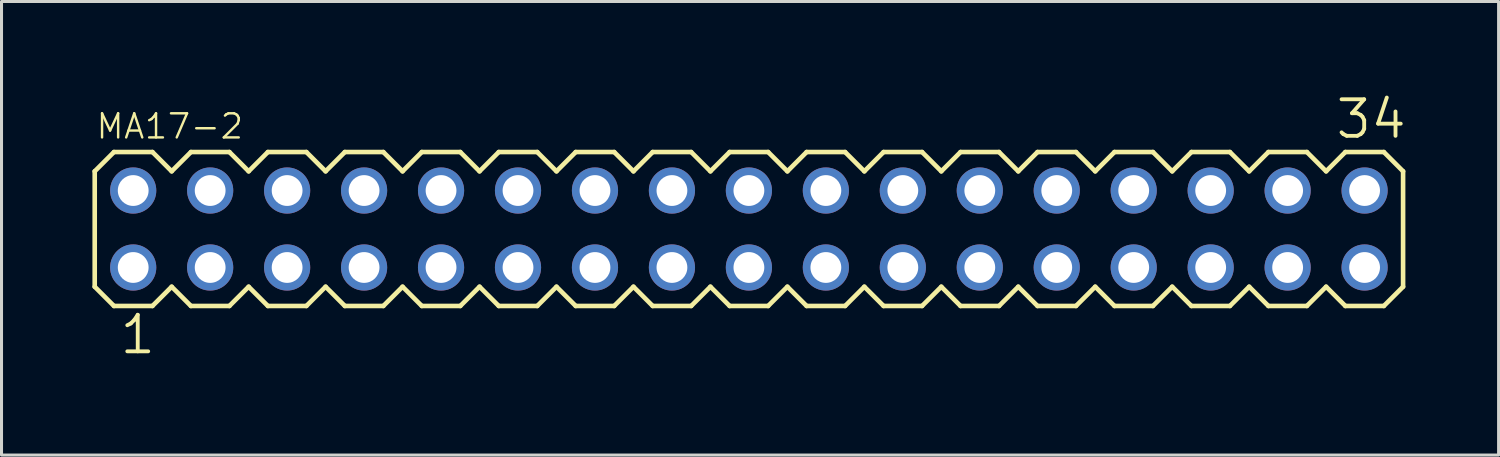
<source format=kicad_pcb>
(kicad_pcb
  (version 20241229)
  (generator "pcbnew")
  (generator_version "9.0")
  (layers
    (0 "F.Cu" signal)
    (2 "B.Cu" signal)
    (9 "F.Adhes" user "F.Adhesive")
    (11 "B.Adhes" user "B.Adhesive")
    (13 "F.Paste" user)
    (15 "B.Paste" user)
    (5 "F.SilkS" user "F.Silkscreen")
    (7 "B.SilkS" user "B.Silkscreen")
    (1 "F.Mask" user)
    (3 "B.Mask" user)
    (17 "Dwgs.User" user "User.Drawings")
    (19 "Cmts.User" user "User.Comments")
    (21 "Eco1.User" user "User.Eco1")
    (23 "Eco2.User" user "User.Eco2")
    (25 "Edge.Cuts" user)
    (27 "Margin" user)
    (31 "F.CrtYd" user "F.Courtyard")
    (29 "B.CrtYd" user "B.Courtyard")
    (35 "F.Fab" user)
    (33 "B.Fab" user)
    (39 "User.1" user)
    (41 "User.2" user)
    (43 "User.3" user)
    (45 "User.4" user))
  (footprint "MA17-2"
    (layer "F.Cu")
    (at 21.666 4.508)
    (property "Reference" "MA17-2" (at -21.59 -2.921 0) (layer "F.SilkS") (effects (font (size 0.796 0.796) (thickness 0.08)) (justify left bottom)))
    (attr through_hole)
    (fp_line (start -21.59 -1.905) (end -21.59 1.905) (stroke (width 0.152) (type solid)) (layer "F.SilkS"))
    (fp_line (start -21.59 1.905) (end -20.955 2.54) (stroke (width 0.152) (type solid)) (layer "F.SilkS"))
    (fp_line (start -20.955 -2.54) (end -21.59 -1.905) (stroke (width 0.152) (type solid)) (layer "F.SilkS"))
    (fp_line (start -20.955 -2.54) (end -19.685 -2.54) (stroke (width 0.152) (type solid)) (layer "F.SilkS"))
    (fp_line (start -19.685 -2.54) (end -19.05 -1.905) (stroke (width 0.152) (type solid)) (layer "F.SilkS"))
    (fp_line (start -19.685 2.54) (end -20.955 2.54) (stroke (width 0.152) (type solid)) (layer "F.SilkS"))
    (fp_line (start -19.05 -1.905) (end -18.415 -2.54) (stroke (width 0.152) (type solid)) (layer "F.SilkS"))
    (fp_line (start -19.05 1.905) (end -19.685 2.54) (stroke (width 0.152) (type solid)) (layer "F.SilkS"))
    (fp_line (start -18.415 -2.54) (end -17.145 -2.54) (stroke (width 0.152) (type solid)) (layer "F.SilkS"))
    (fp_line (start -18.415 2.54) (end -19.05 1.905) (stroke (width 0.152) (type solid)) (layer "F.SilkS"))
    (fp_line (start -17.145 -2.54) (end -16.51 -1.905) (stroke (width 0.152) (type solid)) (layer "F.SilkS"))
    (fp_line (start -17.145 2.54) (end -18.415 2.54) (stroke (width 0.152) (type solid)) (layer "F.SilkS"))
    (fp_line (start -16.51 -1.905) (end -15.875 -2.54) (stroke (width 0.152) (type solid)) (layer "F.SilkS"))
    (fp_line (start -16.51 1.905) (end -17.145 2.54) (stroke (width 0.152) (type solid)) (layer "F.SilkS"))
    (fp_line (start -15.875 -2.54) (end -14.605 -2.54) (stroke (width 0.152) (type solid)) (layer "F.SilkS"))
    (fp_line (start -15.875 2.54) (end -16.51 1.905) (stroke (width 0.152) (type solid)) (layer "F.SilkS"))
    (fp_line (start -14.605 -2.54) (end -13.97 -1.905) (stroke (width 0.152) (type solid)) (layer "F.SilkS"))
    (fp_line (start -14.605 2.54) (end -15.875 2.54) (stroke (width 0.152) (type solid)) (layer "F.SilkS"))
    (fp_line (start -13.97 1.905) (end -14.605 2.54) (stroke (width 0.152) (type solid)) (layer "F.SilkS"))
    (fp_line (start -13.97 1.905) (end -13.335 2.54) (stroke (width 0.152) (type solid)) (layer "F.SilkS"))
    (fp_line (start -13.335 -2.54) (end -13.97 -1.905) (stroke (width 0.152) (type solid)) (layer "F.SilkS"))
    (fp_line (start -13.335 -2.54) (end -12.065 -2.54) (stroke (width 0.152) (type solid)) (layer "F.SilkS"))
    (fp_line (start -12.065 -2.54) (end -11.43 -1.905) (stroke (width 0.152) (type solid)) (layer "F.SilkS"))
    (fp_line (start -12.065 2.54) (end -13.335 2.54) (stroke (width 0.152) (type solid)) (layer "F.SilkS"))
    (fp_line (start -11.43 -1.905) (end -10.795 -2.54) (stroke (width 0.152) (type solid)) (layer "F.SilkS"))
    (fp_line (start -11.43 1.905) (end -12.065 2.54) (stroke (width 0.152) (type solid)) (layer "F.SilkS"))
    (fp_line (start -10.795 -2.54) (end -9.525 -2.54) (stroke (width 0.152) (type solid)) (layer "F.SilkS"))
    (fp_line (start -10.795 2.54) (end -11.43 1.905) (stroke (width 0.152) (type solid)) (layer "F.SilkS"))
    (fp_line (start -9.525 -2.54) (end -8.89 -1.905) (stroke (width 0.152) (type solid)) (layer "F.SilkS"))
    (fp_line (start -9.525 2.54) (end -10.795 2.54) (stroke (width 0.152) (type solid)) (layer "F.SilkS"))
    (fp_line (start -8.89 -1.905) (end -8.255 -2.54) (stroke (width 0.152) (type solid)) (layer "F.SilkS"))
    (fp_line (start -8.89 1.905) (end -9.525 2.54) (stroke (width 0.152) (type solid)) (layer "F.SilkS"))
    (fp_line (start -8.255 -2.54) (end -6.985 -2.54) (stroke (width 0.152) (type solid)) (layer "F.SilkS"))
    (fp_line (start -8.255 2.54) (end -8.89 1.905) (stroke (width 0.152) (type solid)) (layer "F.SilkS"))
    (fp_line (start -6.985 -2.54) (end -6.35 -1.905) (stroke (width 0.152) (type solid)) (layer "F.SilkS"))
    (fp_line (start -6.985 2.54) (end -8.255 2.54) (stroke (width 0.152) (type solid)) (layer "F.SilkS"))
    (fp_line (start -6.35 -1.905) (end -5.715 -2.54) (stroke (width 0.152) (type solid)) (layer "F.SilkS"))
    (fp_line (start -6.35 1.905) (end -6.985 2.54) (stroke (width 0.152) (type solid)) (layer "F.SilkS"))
    (fp_line (start -5.715 -2.54) (end -4.445 -2.54) (stroke (width 0.152) (type solid)) (layer "F.SilkS"))
    (fp_line (start -5.715 2.54) (end -6.35 1.905) (stroke (width 0.152) (type solid)) (layer "F.SilkS"))
    (fp_line (start -4.445 -2.54) (end -3.81 -1.905) (stroke (width 0.152) (type solid)) (layer "F.SilkS"))
    (fp_line (start -4.445 2.54) (end -5.715 2.54) (stroke (width 0.152) (type solid)) (layer "F.SilkS"))
    (fp_line (start -3.81 1.905) (end -4.445 2.54) (stroke (width 0.152) (type solid)) (layer "F.SilkS"))
    (fp_line (start -3.81 1.905) (end -3.175 2.54) (stroke (width 0.152) (type solid)) (layer "F.SilkS"))
    (fp_line (start -3.175 -2.54) (end -3.81 -1.905) (stroke (width 0.152) (type solid)) (layer "F.SilkS"))
    (fp_line (start -3.175 -2.54) (end -1.905 -2.54) (stroke (width 0.152) (type solid)) (layer "F.SilkS"))
    (fp_line (start -1.905 -2.54) (end -1.27 -1.905) (stroke (width 0.152) (type solid)) (layer "F.SilkS"))
    (fp_line (start -1.905 2.54) (end -3.175 2.54) (stroke (width 0.152) (type solid)) (layer "F.SilkS"))
    (fp_line (start -1.27 -1.905) (end -0.635 -2.54) (stroke (width 0.152) (type solid)) (layer "F.SilkS"))
    (fp_line (start -1.27 1.905) (end -1.905 2.54) (stroke (width 0.152) (type solid)) (layer "F.SilkS"))
    (fp_line (start -0.635 -2.54) (end 0.635 -2.54) (stroke (width 0.152) (type solid)) (layer "F.SilkS"))
    (fp_line (start -0.635 2.54) (end -1.27 1.905) (stroke (width 0.152) (type solid)) (layer "F.SilkS"))
    (fp_line (start 0.635 -2.54) (end 1.27 -1.905) (stroke (width 0.152) (type solid)) (layer "F.SilkS"))
    (fp_line (start 0.635 2.54) (end -0.635 2.54) (stroke (width 0.152) (type solid)) (layer "F.SilkS"))
    (fp_line (start 1.27 -1.905) (end 1.905 -2.54) (stroke (width 0.152) (type solid)) (layer "F.SilkS"))
    (fp_line (start 1.27 1.905) (end 0.635 2.54) (stroke (width 0.152) (type solid)) (layer "F.SilkS"))
    (fp_line (start 1.905 -2.54) (end 3.175 -2.54) (stroke (width 0.152) (type solid)) (layer "F.SilkS"))
    (fp_line (start 1.905 2.54) (end 1.27 1.905) (stroke (width 0.152) (type solid)) (layer "F.SilkS"))
    (fp_line (start 3.175 -2.54) (end 3.81 -1.905) (stroke (width 0.152) (type solid)) (layer "F.SilkS"))
    (fp_line (start 3.175 2.54) (end 1.905 2.54) (stroke (width 0.152) (type solid)) (layer "F.SilkS"))
    (fp_line (start 3.81 1.905) (end 3.175 2.54) (stroke (width 0.152) (type solid)) (layer "F.SilkS"))
    (fp_line (start 3.81 1.905) (end 4.445 2.54) (stroke (width 0.152) (type solid)) (layer "F.SilkS"))
    (fp_line (start 4.445 -2.54) (end 3.81 -1.905) (stroke (width 0.152) (type solid)) (layer "F.SilkS"))
    (fp_line (start 4.445 -2.54) (end 5.715 -2.54) (stroke (width 0.152) (type solid)) (layer "F.SilkS"))
    (fp_line (start 5.715 -2.54) (end 6.35 -1.905) (stroke (width 0.152) (type solid)) (layer "F.SilkS"))
    (fp_line (start 5.715 2.54) (end 4.445 2.54) (stroke (width 0.152) (type solid)) (layer "F.SilkS"))
    (fp_line (start 6.35 -1.905) (end 6.985 -2.54) (stroke (width 0.152) (type solid)) (layer "F.SilkS"))
    (fp_line (start 6.35 1.905) (end 5.715 2.54) (stroke (width 0.152) (type solid)) (layer "F.SilkS"))
    (fp_line (start 6.985 -2.54) (end 8.255 -2.54) (stroke (width 0.152) (type solid)) (layer "F.SilkS"))
    (fp_line (start 6.985 2.54) (end 6.35 1.905) (stroke (width 0.152) (type solid)) (layer "F.SilkS"))
    (fp_line (start 8.255 -2.54) (end 8.89 -1.905) (stroke (width 0.152) (type solid)) (layer "F.SilkS"))
    (fp_line (start 8.255 2.54) (end 6.985 2.54) (stroke (width 0.152) (type solid)) (layer "F.SilkS"))
    (fp_line (start 8.89 -1.905) (end 9.525 -2.54) (stroke (width 0.152) (type solid)) (layer "F.SilkS"))
    (fp_line (start 8.89 1.905) (end 8.255 2.54) (stroke (width 0.152) (type solid)) (layer "F.SilkS"))
    (fp_line (start 9.525 -2.54) (end 10.795 -2.54) (stroke (width 0.152) (type solid)) (layer "F.SilkS"))
    (fp_line (start 9.525 2.54) (end 8.89 1.905) (stroke (width 0.152) (type solid)) (layer "F.SilkS"))
    (fp_line (start 10.795 -2.54) (end 11.43 -1.905) (stroke (width 0.152) (type solid)) (layer "F.SilkS"))
    (fp_line (start 10.795 2.54) (end 9.525 2.54) (stroke (width 0.152) (type solid)) (layer "F.SilkS"))
    (fp_line (start 11.43 -1.905) (end 12.065 -2.54) (stroke (width 0.152) (type solid)) (layer "F.SilkS"))
    (fp_line (start 11.43 1.905) (end 10.795 2.54) (stroke (width 0.152) (type solid)) (layer "F.SilkS"))
    (fp_line (start 12.065 -2.54) (end 13.335 -2.54) (stroke (width 0.152) (type solid)) (layer "F.SilkS"))
    (fp_line (start 12.065 2.54) (end 11.43 1.905) (stroke (width 0.152) (type solid)) (layer "F.SilkS"))
    (fp_line (start 13.335 -2.54) (end 13.97 -1.905) (stroke (width 0.152) (type solid)) (layer "F.SilkS"))
    (fp_line (start 13.335 2.54) (end 12.065 2.54) (stroke (width 0.152) (type solid)) (layer "F.SilkS"))
    (fp_line (start 13.97 1.905) (end 13.335 2.54) (stroke (width 0.152) (type solid)) (layer "F.SilkS"))
    (fp_line (start 13.97 1.905) (end 14.605 2.54) (stroke (width 0.152) (type solid)) (layer "F.SilkS"))
    (fp_line (start 14.605 -2.54) (end 13.97 -1.905) (stroke (width 0.152) (type solid)) (layer "F.SilkS"))
    (fp_line (start 14.605 -2.54) (end 15.875 -2.54) (stroke (width 0.152) (type solid)) (layer "F.SilkS"))
    (fp_line (start 15.875 -2.54) (end 16.51 -1.905) (stroke (width 0.152) (type solid)) (layer "F.SilkS"))
    (fp_line (start 15.875 2.54) (end 14.605 2.54) (stroke (width 0.152) (type solid)) (layer "F.SilkS"))
    (fp_line (start 16.51 -1.905) (end 17.145 -2.54) (stroke (width 0.152) (type solid)) (layer "F.SilkS"))
    (fp_line (start 16.51 1.905) (end 15.875 2.54) (stroke (width 0.152) (type solid)) (layer "F.SilkS"))
    (fp_line (start 17.145 -2.54) (end 18.415 -2.54) (stroke (width 0.152) (type solid)) (layer "F.SilkS"))
    (fp_line (start 17.145 2.54) (end 16.51 1.905) (stroke (width 0.152) (type solid)) (layer "F.SilkS"))
    (fp_line (start 18.415 -2.54) (end 19.05 -1.905) (stroke (width 0.152) (type solid)) (layer "F.SilkS"))
    (fp_line (start 18.415 2.54) (end 17.145 2.54) (stroke (width 0.152) (type solid)) (layer "F.SilkS"))
    (fp_line (start 19.05 -1.905) (end 19.685 -2.54) (stroke (width 0.152) (type solid)) (layer "F.SilkS"))
    (fp_line (start 19.05 1.905) (end 18.415 2.54) (stroke (width 0.152) (type solid)) (layer "F.SilkS"))
    (fp_line (start 19.685 -2.54) (end 20.955 -2.54) (stroke (width 0.152) (type solid)) (layer "F.SilkS"))
    (fp_line (start 19.685 2.54) (end 19.05 1.905) (stroke (width 0.152) (type solid)) (layer "F.SilkS"))
    (fp_line (start 20.955 -2.54) (end 21.59 -1.905) (stroke (width 0.152) (type solid)) (layer "F.SilkS"))
    (fp_line (start 20.955 2.54) (end 19.685 2.54) (stroke (width 0.152) (type solid)) (layer "F.SilkS"))
    (fp_line (start 21.59 -1.905) (end 21.59 1.905) (stroke (width 0.152) (type solid)) (layer "F.SilkS"))
    (fp_line (start 21.59 1.905) (end 20.955 2.54) (stroke (width 0.152) (type solid)) (layer "F.SilkS"))
    (fp_poly (pts (xy -20.574 -1.016) (xy -20.066 -1.016) (xy -20.066 -1.524) (xy -20.574 -1.524)) (stroke (width 0.1) (type solid)) (fill no) (layer "Dwgs.User"))
    (fp_poly (pts (xy -20.574 1.524) (xy -20.066 1.524) (xy -20.066 1.016) (xy -20.574 1.016)) (stroke (width 0.1) (type solid)) (fill no) (layer "Dwgs.User"))
    (fp_poly (pts (xy -18.034 -1.016) (xy -17.526 -1.016) (xy -17.526 -1.524) (xy -18.034 -1.524)) (stroke (width 0.1) (type solid)) (fill no) (layer "Dwgs.User"))
    (fp_poly (pts (xy -18.034 1.524) (xy -17.526 1.524) (xy -17.526 1.016) (xy -18.034 1.016)) (stroke (width 0.1) (type solid)) (fill no) (layer "Dwgs.User"))
    (fp_poly (pts (xy -15.494 -1.016) (xy -14.986 -1.016) (xy -14.986 -1.524) (xy -15.494 -1.524)) (stroke (width 0.1) (type solid)) (fill no) (layer "Dwgs.User"))
    (fp_poly (pts (xy -15.494 1.524) (xy -14.986 1.524) (xy -14.986 1.016) (xy -15.494 1.016)) (stroke (width 0.1) (type solid)) (fill no) (layer "Dwgs.User"))
    (fp_poly (pts (xy -12.954 -1.016) (xy -12.446 -1.016) (xy -12.446 -1.524) (xy -12.954 -1.524)) (stroke (width 0.1) (type solid)) (fill no) (layer "Dwgs.User"))
    (fp_poly (pts (xy -12.954 1.524) (xy -12.446 1.524) (xy -12.446 1.016) (xy -12.954 1.016)) (stroke (width 0.1) (type solid)) (fill no) (layer "Dwgs.User"))
    (fp_poly (pts (xy -10.414 -1.016) (xy -9.906 -1.016) (xy -9.906 -1.524) (xy -10.414 -1.524)) (stroke (width 0.1) (type solid)) (fill no) (layer "Dwgs.User"))
    (fp_poly (pts (xy -10.414 1.524) (xy -9.906 1.524) (xy -9.906 1.016) (xy -10.414 1.016)) (stroke (width 0.1) (type solid)) (fill no) (layer "Dwgs.User"))
    (fp_poly (pts (xy -7.874 -1.016) (xy -7.366 -1.016) (xy -7.366 -1.524) (xy -7.874 -1.524)) (stroke (width 0.1) (type solid)) (fill no) (layer "Dwgs.User"))
    (fp_poly (pts (xy -7.874 1.524) (xy -7.366 1.524) (xy -7.366 1.016) (xy -7.874 1.016)) (stroke (width 0.1) (type solid)) (fill no) (layer "Dwgs.User"))
    (fp_poly (pts (xy -5.334 -1.016) (xy -4.826 -1.016) (xy -4.826 -1.524) (xy -5.334 -1.524)) (stroke (width 0.1) (type solid)) (fill no) (layer "Dwgs.User"))
    (fp_poly (pts (xy -5.334 1.524) (xy -4.826 1.524) (xy -4.826 1.016) (xy -5.334 1.016)) (stroke (width 0.1) (type solid)) (fill no) (layer "Dwgs.User"))
    (fp_poly (pts (xy -2.794 -1.016) (xy -2.286 -1.016) (xy -2.286 -1.524) (xy -2.794 -1.524)) (stroke (width 0.1) (type solid)) (fill no) (layer "Dwgs.User"))
    (fp_poly (pts (xy -2.794 1.524) (xy -2.286 1.524) (xy -2.286 1.016) (xy -2.794 1.016)) (stroke (width 0.1) (type solid)) (fill no) (layer "Dwgs.User"))
    (fp_poly (pts (xy -0.254 -1.016) (xy 0.254 -1.016) (xy 0.254 -1.524) (xy -0.254 -1.524)) (stroke (width 0.1) (type solid)) (fill no) (layer "Dwgs.User"))
    (fp_poly (pts (xy -0.254 1.524) (xy 0.254 1.524) (xy 0.254 1.016) (xy -0.254 1.016)) (stroke (width 0.1) (type solid)) (fill no) (layer "Dwgs.User"))
    (fp_poly (pts (xy 2.286 -1.016) (xy 2.794 -1.016) (xy 2.794 -1.524) (xy 2.286 -1.524)) (stroke (width 0.1) (type solid)) (fill no) (layer "Dwgs.User"))
    (fp_poly (pts (xy 2.286 1.524) (xy 2.794 1.524) (xy 2.794 1.016) (xy 2.286 1.016)) (stroke (width 0.1) (type solid)) (fill no) (layer "Dwgs.User"))
    (fp_poly (pts (xy 4.826 -1.016) (xy 5.334 -1.016) (xy 5.334 -1.524) (xy 4.826 -1.524)) (stroke (width 0.1) (type solid)) (fill no) (layer "Dwgs.User"))
    (fp_poly (pts (xy 4.826 1.524) (xy 5.334 1.524) (xy 5.334 1.016) (xy 4.826 1.016)) (stroke (width 0.1) (type solid)) (fill no) (layer "Dwgs.User"))
    (fp_poly (pts (xy 7.366 -1.016) (xy 7.874 -1.016) (xy 7.874 -1.524) (xy 7.366 -1.524)) (stroke (width 0.1) (type solid)) (fill no) (layer "Dwgs.User"))
    (fp_poly (pts (xy 7.366 1.524) (xy 7.874 1.524) (xy 7.874 1.016) (xy 7.366 1.016)) (stroke (width 0.1) (type solid)) (fill no) (layer "Dwgs.User"))
    (fp_poly (pts (xy 9.906 -1.016) (xy 10.414 -1.016) (xy 10.414 -1.524) (xy 9.906 -1.524)) (stroke (width 0.1) (type solid)) (fill no) (layer "Dwgs.User"))
    (fp_poly (pts (xy 9.906 1.524) (xy 10.414 1.524) (xy 10.414 1.016) (xy 9.906 1.016)) (stroke (width 0.1) (type solid)) (fill no) (layer "Dwgs.User"))
    (fp_poly (pts (xy 12.446 -1.016) (xy 12.954 -1.016) (xy 12.954 -1.524) (xy 12.446 -1.524)) (stroke (width 0.1) (type solid)) (fill no) (layer "Dwgs.User"))
    (fp_poly (pts (xy 12.446 1.524) (xy 12.954 1.524) (xy 12.954 1.016) (xy 12.446 1.016)) (stroke (width 0.1) (type solid)) (fill no) (layer "Dwgs.User"))
    (fp_poly (pts (xy 14.986 -1.016) (xy 15.494 -1.016) (xy 15.494 -1.524) (xy 14.986 -1.524)) (stroke (width 0.1) (type solid)) (fill no) (layer "Dwgs.User"))
    (fp_poly (pts (xy 14.986 1.524) (xy 15.494 1.524) (xy 15.494 1.016) (xy 14.986 1.016)) (stroke (width 0.1) (type solid)) (fill no) (layer "Dwgs.User"))
    (fp_poly (pts (xy 17.526 -1.016) (xy 18.034 -1.016) (xy 18.034 -1.524) (xy 17.526 -1.524)) (stroke (width 0.1) (type solid)) (fill no) (layer "Dwgs.User"))
    (fp_poly (pts (xy 17.526 1.524) (xy 18.034 1.524) (xy 18.034 1.016) (xy 17.526 1.016)) (stroke (width 0.1) (type solid)) (fill no) (layer "Dwgs.User"))
    (fp_poly (pts (xy 20.066 -1.016) (xy 20.574 -1.016) (xy 20.574 -1.524) (xy 20.066 -1.524)) (stroke (width 0.1) (type solid)) (fill no) (layer "Dwgs.User"))
    (fp_poly (pts (xy 20.066 1.524) (xy 20.574 1.524) (xy 20.574 1.016) (xy 20.066 1.016)) (stroke (width 0.1) (type solid)) (fill no) (layer "Dwgs.User"))
    (fp_text user "34" (at 19.304 -2.921 0) (layer "F.SilkS") (effects (font (size 1.206 1.206) (thickness 0.127)) (justify left bottom)))
    (fp_text user "1" (at -20.828 4.191 0) (layer "F.SilkS") (effects (font (size 1.206 1.206) (thickness 0.127)) (justify left bottom)))
    (pad "1" thru_hole circle (at -20.32 1.27) (size 1.524 1.524) (drill 1.016) (layers "*.Cu" "*.Mask"))
    (pad "2" thru_hole circle (at -20.32 -1.27) (size 1.524 1.524) (drill 1.016) (layers "*.Cu" "*.Mask"))
    (pad "3" thru_hole circle (at -17.78 1.27) (size 1.524 1.524) (drill 1.016) (layers "*.Cu" "*.Mask"))
    (pad "4" thru_hole circle (at -17.78 -1.27) (size 1.524 1.524) (drill 1.016) (layers "*.Cu" "*.Mask"))
    (pad "5" thru_hole circle (at -15.24 1.27) (size 1.524 1.524) (drill 1.016) (layers "*.Cu" "*.Mask"))
    (pad "6" thru_hole circle (at -15.24 -1.27) (size 1.524 1.524) (drill 1.016) (layers "*.Cu" "*.Mask"))
    (pad "7" thru_hole circle (at -12.7 1.27) (size 1.524 1.524) (drill 1.016) (layers "*.Cu" "*.Mask"))
    (pad "8" thru_hole circle (at -12.7 -1.27) (size 1.524 1.524) (drill 1.016) (layers "*.Cu" "*.Mask"))
    (pad "9" thru_hole circle (at -10.16 1.27) (size 1.524 1.524) (drill 1.016) (layers "*.Cu" "*.Mask"))
    (pad "10" thru_hole circle (at -10.16 -1.27) (size 1.524 1.524) (drill 1.016) (layers "*.Cu" "*.Mask"))
    (pad "11" thru_hole circle (at -7.62 1.27) (size 1.524 1.524) (drill 1.016) (layers "*.Cu" "*.Mask"))
    (pad "12" thru_hole circle (at -7.62 -1.27) (size 1.524 1.524) (drill 1.016) (layers "*.Cu" "*.Mask"))
    (pad "13" thru_hole circle (at -5.08 1.27) (size 1.524 1.524) (drill 1.016) (layers "*.Cu" "*.Mask"))
    (pad "14" thru_hole circle (at -5.08 -1.27) (size 1.524 1.524) (drill 1.016) (layers "*.Cu" "*.Mask"))
    (pad "15" thru_hole circle (at -2.54 1.27) (size 1.524 1.524) (drill 1.016) (layers "*.Cu" "*.Mask"))
    (pad "16" thru_hole circle (at -2.54 -1.27) (size 1.524 1.524) (drill 1.016) (layers "*.Cu" "*.Mask"))
    (pad "17" thru_hole circle (at 0 1.27) (size 1.524 1.524) (drill 1.016) (layers "*.Cu" "*.Mask"))
    (pad "18" thru_hole circle (at 0 -1.27) (size 1.524 1.524) (drill 1.016) (layers "*.Cu" "*.Mask"))
    (pad "19" thru_hole circle (at 2.54 1.27) (size 1.524 1.524) (drill 1.016) (layers "*.Cu" "*.Mask"))
    (pad "20" thru_hole circle (at 2.54 -1.27) (size 1.524 1.524) (drill 1.016) (layers "*.Cu" "*.Mask"))
    (pad "21" thru_hole circle (at 5.08 1.27) (size 1.524 1.524) (drill 1.016) (layers "*.Cu" "*.Mask"))
    (pad "22" thru_hole circle (at 5.08 -1.27) (size 1.524 1.524) (drill 1.016) (layers "*.Cu" "*.Mask"))
    (pad "23" thru_hole circle (at 7.62 1.27) (size 1.524 1.524) (drill 1.016) (layers "*.Cu" "*.Mask"))
    (pad "24" thru_hole circle (at 7.62 -1.27) (size 1.524 1.524) (drill 1.016) (layers "*.Cu" "*.Mask"))
    (pad "25" thru_hole circle (at 10.16 1.27) (size 1.524 1.524) (drill 1.016) (layers "*.Cu" "*.Mask"))
    (pad "26" thru_hole circle (at 10.16 -1.27) (size 1.524 1.524) (drill 1.016) (layers "*.Cu" "*.Mask"))
    (pad "27" thru_hole circle (at 12.7 1.27) (size 1.524 1.524) (drill 1.016) (layers "*.Cu" "*.Mask"))
    (pad "28" thru_hole circle (at 12.7 -1.27) (size 1.524 1.524) (drill 1.016) (layers "*.Cu" "*.Mask"))
    (pad "29" thru_hole circle (at 15.24 1.27) (size 1.524 1.524) (drill 1.016) (layers "*.Cu" "*.Mask"))
    (pad "30" thru_hole circle (at 15.24 -1.27) (size 1.524 1.524) (drill 1.016) (layers "*.Cu" "*.Mask"))
    (pad "31" thru_hole circle (at 17.78 1.27) (size 1.524 1.524) (drill 1.016) (layers "*.Cu" "*.Mask"))
    (pad "32" thru_hole circle (at 17.78 -1.27) (size 1.524 1.524) (drill 1.016) (layers "*.Cu" "*.Mask"))
    (pad "33" thru_hole circle (at 20.32 1.27) (size 1.524 1.524) (drill 1.016) (layers "*.Cu" "*.Mask"))
    (pad "34" thru_hole circle (at 20.32 -1.27) (size 1.524 1.524) (drill 1.016) (layers "*.Cu" "*.Mask")))
  (gr_rect
    (start -3 -3)
    (end 46.408 11.969)
    (stroke (width 0.1) (type default))
    (fill no)
    (layer "Edge.Cuts")))
</source>
